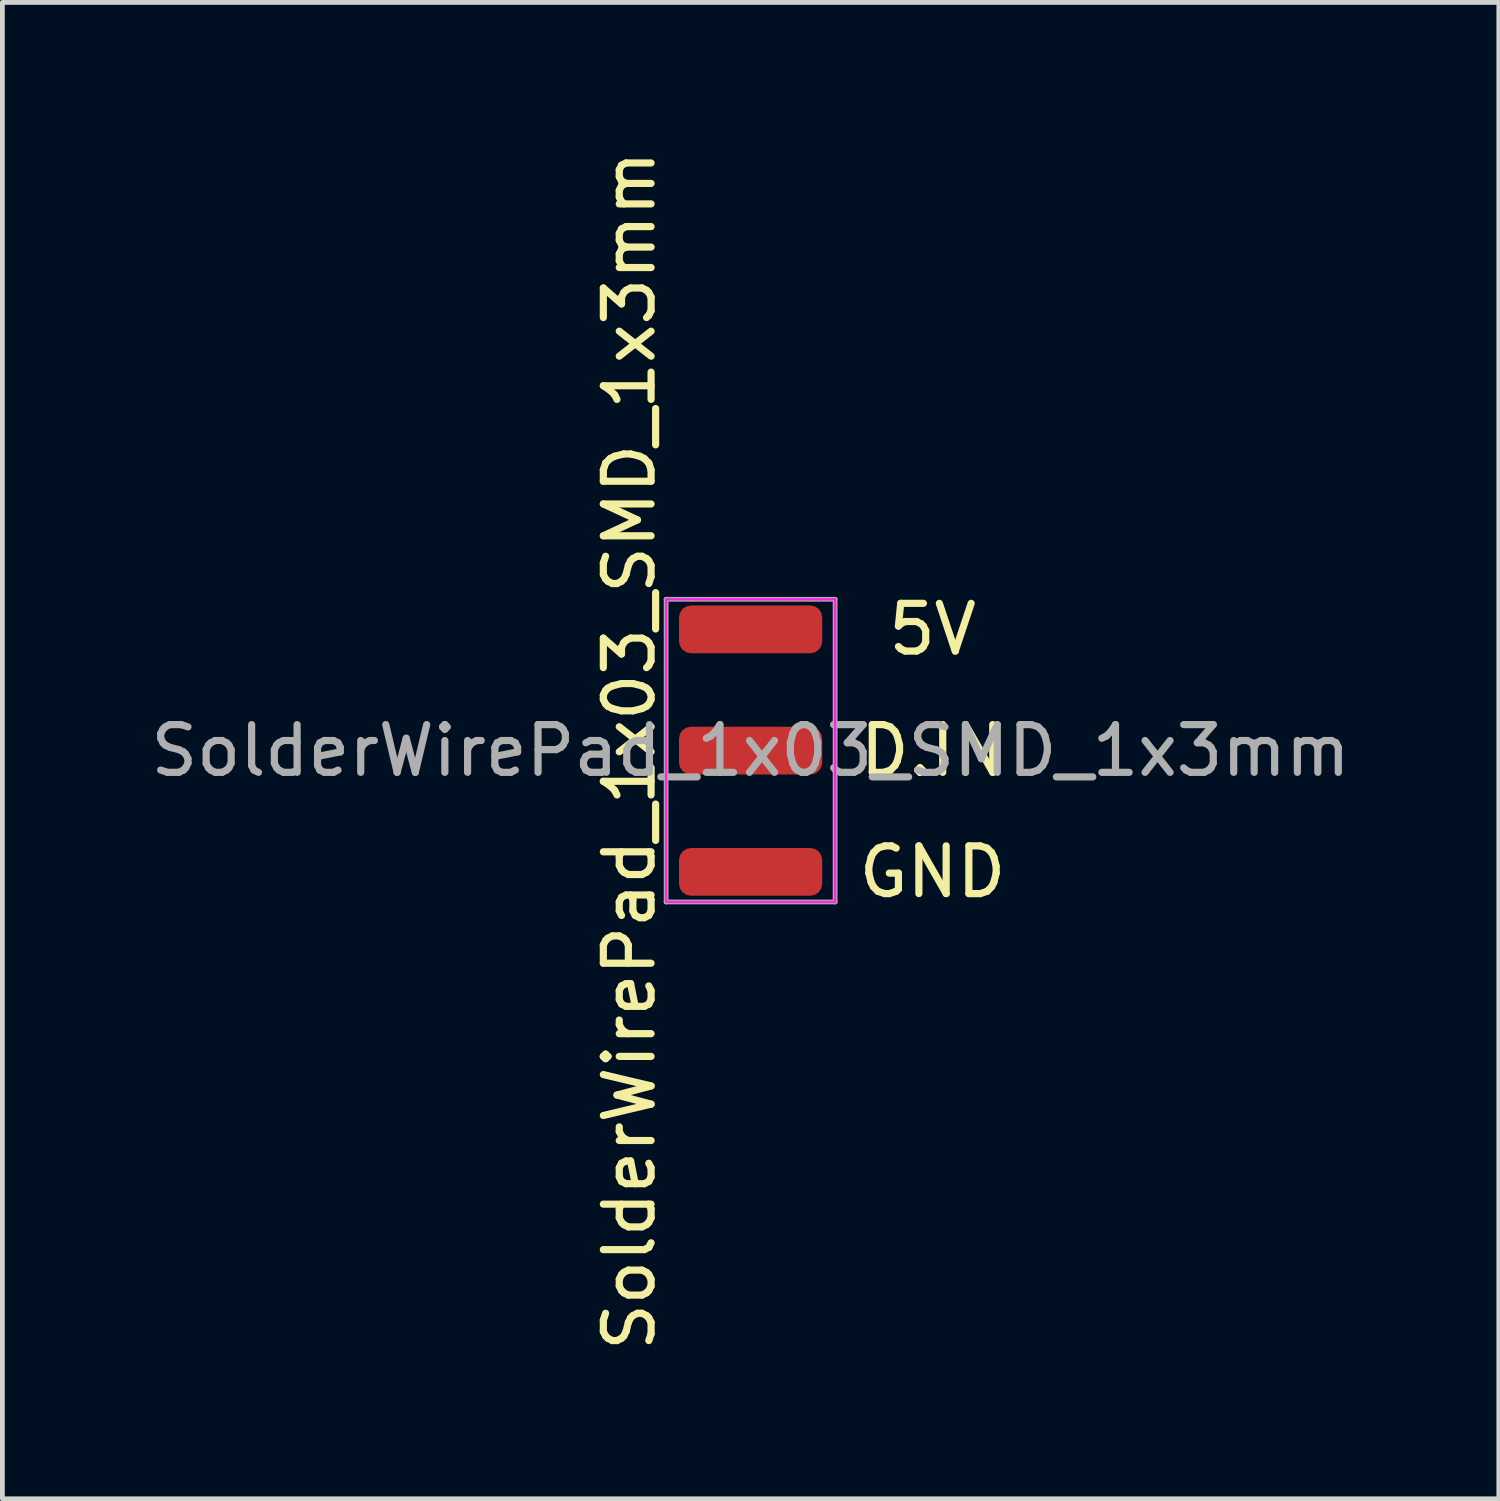
<source format=kicad_pcb>
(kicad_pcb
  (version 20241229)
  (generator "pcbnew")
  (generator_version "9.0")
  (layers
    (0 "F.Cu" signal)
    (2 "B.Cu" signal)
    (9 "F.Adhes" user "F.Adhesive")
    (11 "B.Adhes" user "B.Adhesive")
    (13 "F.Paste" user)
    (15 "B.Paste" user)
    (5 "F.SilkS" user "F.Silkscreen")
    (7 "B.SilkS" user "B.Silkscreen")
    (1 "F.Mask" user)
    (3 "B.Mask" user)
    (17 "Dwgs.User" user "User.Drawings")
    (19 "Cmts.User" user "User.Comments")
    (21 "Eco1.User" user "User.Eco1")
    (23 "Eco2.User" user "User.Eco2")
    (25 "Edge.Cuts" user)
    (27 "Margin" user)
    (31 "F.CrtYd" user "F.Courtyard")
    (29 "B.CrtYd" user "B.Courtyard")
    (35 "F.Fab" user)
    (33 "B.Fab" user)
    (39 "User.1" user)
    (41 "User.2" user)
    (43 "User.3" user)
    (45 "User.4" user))
  (footprint "SolderWirePad_1x03_SMD_1x3mm"
    (layer "F.Cu")
    (at 12.673 12.673)
    (property "Reference" "SolderWirePad_1x03_SMD_1x3mm" (at -2.54 0 90) (layer "F.SilkS") (effects (font (size 1 1) (thickness 0.15))))
    (attr smd exclude_from_pos_files exclude_from_bom)
    (fp_line (start -1.77 -3.17) (end -1.77 3.17) (stroke (width 0.05) (type solid)) (layer "F.CrtYd"))
    (fp_line (start -1.77 3.17) (end 1.77 3.17) (stroke (width 0.05) (type solid)) (layer "F.CrtYd"))
    (fp_line (start 1.77 -3.17) (end -1.77 -3.17) (stroke (width 0.05) (type solid)) (layer "F.CrtYd"))
    (fp_line (start 1.77 3.17) (end 1.77 -3.17) (stroke (width 0.05) (type solid)) (layer "F.CrtYd"))
    (fp_line (start -1.77 -3.17) (end 1.77 -3.17) (stroke (width 0.1) (type solid)) (layer "F.Fab"))
    (fp_line (start -1.77 3.17) (end -1.77 -3.17) (stroke (width 0.1) (type solid)) (layer "F.Fab"))
    (fp_line (start 1.77 -3.17) (end 1.77 3.17) (stroke (width 0.1) (type solid)) (layer "F.Fab"))
    (fp_line (start 1.77 3.17) (end -1.77 3.17) (stroke (width 0.1) (type solid)) (layer "F.Fab"))
    (fp_text user "5V" (at 3.81 -2.54 0) (unlocked yes) (layer "F.SilkS") (effects (font (size 1 1) (thickness 0.15))))
    (fp_text user "GND" (at 3.81 2.54 0) (unlocked yes) (layer "F.SilkS") (effects (font (size 1 1) (thickness 0.15))))
    (fp_text user "D.IN" (at 3.81 0 0) (unlocked yes) (layer "F.SilkS") (effects (font (size 1 1) (thickness 0.15))))
    (fp_text user "${REFERENCE}" (at 0 0 0) (layer "F.Fab") (effects (font (size 1 1) (thickness 0.15))))
    (pad "1" smd roundrect (at 0 -2.54) (size 3 1) (layers "F.Cu" "F.Mask" "F.Paste") (roundrect_rratio 0.25))
    (pad "2" smd roundrect (at 0 0) (size 3 1) (layers "F.Cu" "F.Mask" "F.Paste") (roundrect_rratio 0.25))
    (pad "3" smd roundrect (at 0 2.54) (size 3 1) (layers "F.Cu" "F.Mask" "F.Paste") (roundrect_rratio 0.25)))
  (gr_rect
    (start -3 -3)
    (end 28.345 28.345)
    (stroke (width 0.1) (type default))
    (fill no)
    (layer "Edge.Cuts")))
</source>
